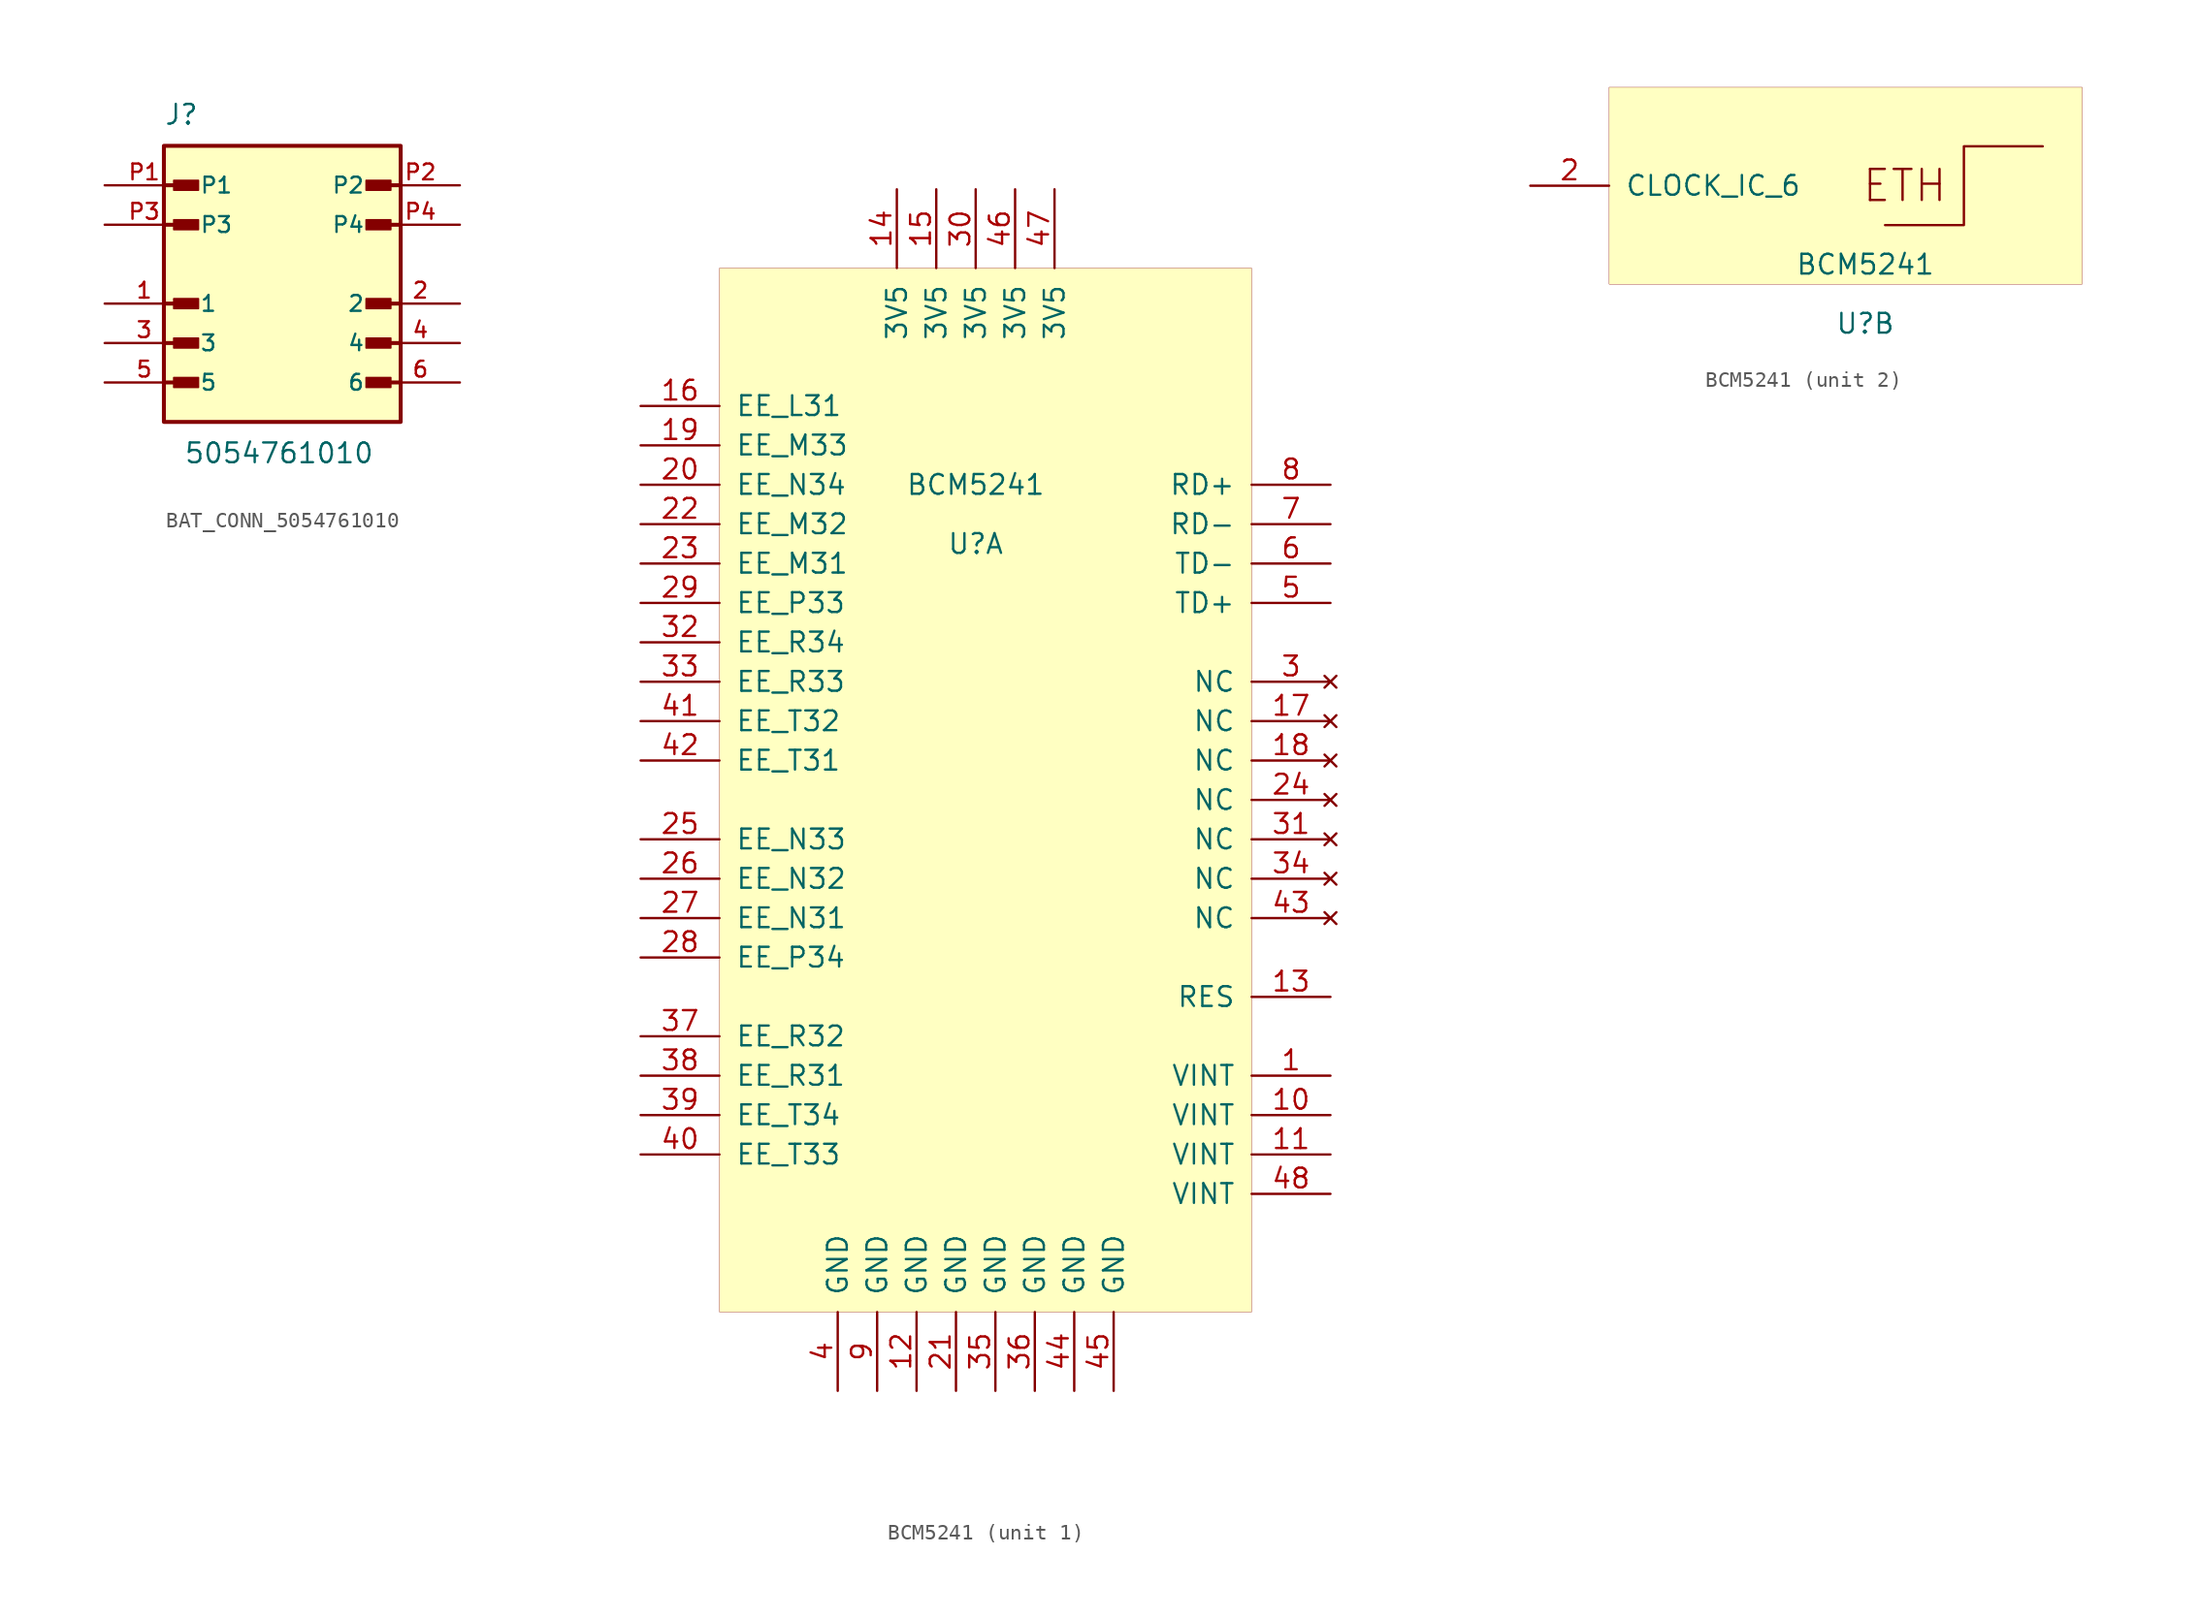
<source format=kicad_sym>
(kicad_symbol_lib
  (version 20220914)
  (generator kicad_symbol_editor)
  (symbol "BAT_CONN_5054761010"
    (pin_names
      (offset 1.016))
    (property "Reference" "J"
      (at -7.62 8.89 0)
      (effects (font (size 1.27 1.27)) (justify left bottom)))
    (property "Value" "5054761010"
      (at -6.35 -11.43 0)
      (effects (font (size 1.27 1.27)) (justify left top)))
    (symbol "BAT_CONN_5054761010_0_0"
      (rectangle (start -7.62 -10.16) (end 7.62 7.62) (stroke (width 0.254) (type default)) (fill (type background)))
      (rectangle (start -6.985 -7.938) (end -5.397 -7.303) (stroke (width 0.1) (type default)) (fill (type outline)))
      (rectangle (start -6.985 -5.397) (end -5.397 -4.763) (stroke (width 0.1) (type default)) (fill (type outline)))
      (rectangle (start -6.985 -2.857) (end -5.397 -2.223) (stroke (width 0.1) (type default)) (fill (type outline)))
      (rectangle (start -6.985 2.223) (end -5.397 2.857) (stroke (width 0.1) (type default)) (fill (type outline)))
      (rectangle (start -6.985 4.763) (end -5.397 5.397) (stroke (width 0.1) (type default)) (fill (type outline)))
      (polyline (pts (xy -7.62 -7.62) (xy -5.715 -7.62)) (stroke (width 0.254) (type default)) (fill (type none)))
      (polyline (pts (xy -7.62 -5.08) (xy -5.715 -5.08)) (stroke (width 0.254) (type default)) (fill (type none)))
      (polyline (pts (xy -7.62 -2.54) (xy -5.715 -2.54)) (stroke (width 0.254) (type default)) (fill (type none)))
      (polyline (pts (xy -7.62 2.54) (xy -5.715 2.54)) (stroke (width 0.254) (type default)) (fill (type none)))
      (polyline (pts (xy -7.62 5.08) (xy -5.715 5.08)) (stroke (width 0.254) (type default)) (fill (type none)))
      (polyline (pts (xy 7.62 -7.62) (xy 5.715 -7.62)) (stroke (width 0.254) (type default)) (fill (type none)))
      (polyline (pts (xy 7.62 -5.08) (xy 5.715 -5.08)) (stroke (width 0.254) (type default)) (fill (type none)))
      (polyline (pts (xy 7.62 -2.54) (xy 5.715 -2.54)) (stroke (width 0.254) (type default)) (fill (type none)))
      (polyline (pts (xy 7.62 2.54) (xy 5.715 2.54)) (stroke (width 0.254) (type default)) (fill (type none)))
      (polyline (pts (xy 7.62 5.08) (xy 5.715 5.08)) (stroke (width 0.254) (type default)) (fill (type none)))
      (rectangle (start 5.397 -7.938) (end 6.985 -7.303) (stroke (width 0.1) (type default)) (fill (type outline)))
      (rectangle (start 5.397 -5.397) (end 6.985 -4.763) (stroke (width 0.1) (type default)) (fill (type outline)))
      (rectangle (start 5.397 -2.857) (end 6.985 -2.223) (stroke (width 0.1) (type default)) (fill (type outline)))
      (rectangle (start 5.397 2.223) (end 6.985 2.857) (stroke (width 0.1) (type default)) (fill (type outline)))
      (rectangle (start 5.397 4.763) (end 6.985 5.397) (stroke (width 0.1) (type default)) (fill (type outline)))
      (pin passive line (at -11.43 -2.54 0) (length 5.08) (name "1" (effects (font (size 1.016 1.016)))) (number "1" (effects (font (size 1.016 1.016)))))
      (pin passive line (at 11.43 -2.54 180) (length 5.08) (name "2" (effects (font (size 1.016 1.016)))) (number "2" (effects (font (size 1.016 1.016)))))
      (pin passive line (at -11.43 -5.08 0) (length 5.08) (name "3" (effects (font (size 1.016 1.016)))) (number "3" (effects (font (size 1.016 1.016)))))
      (pin passive line (at 11.43 -5.08 180) (length 5.08) (name "4" (effects (font (size 1.016 1.016)))) (number "4" (effects (font (size 1.016 1.016)))))
      (pin passive line (at -11.43 -7.62 0) (length 5.08) (name "5" (effects (font (size 1.016 1.016)))) (number "5" (effects (font (size 1.016 1.016)))))
      (pin passive line (at 11.43 -7.62 180) (length 5.08) (name "6" (effects (font (size 1.016 1.016)))) (number "6" (effects (font (size 1.016 1.016)))))
      (pin power_in line (at -11.43 5.08 0) (length 5.08) (name "P1" (effects (font (size 1.016 1.016)))) (number "P1" (effects (font (size 1.016 1.016)))))
      (pin power_in line (at 11.43 5.08 180) (length 5.08) (name "P2" (effects (font (size 1.016 1.016)))) (number "P2" (effects (font (size 1.016 1.016)))))
      (pin power_in line (at -11.43 2.54 0) (length 5.08) (name "P3" (effects (font (size 1.016 1.016)))) (number "P3" (effects (font (size 1.016 1.016)))))
      (pin power_in line (at 11.43 2.54 180) (length 5.08) (name "P4" (effects (font (size 1.016 1.016)))) (number "P4" (effects (font (size 1.016 1.016)))))))
  (symbol "BCM5241"
    (pin_names
      (offset 1.016))
    (property "Reference" "U"
      (at 21.59 -15.24 0)
      (effects (font (size 1.27 1.27))))
    (property "Value" "BCM5241"
      (at 21.59 -11.43 0)
      (effects (font (size 1.27 1.27))))
    (symbol "BCM5241_1_0"
      (pin passive line (at 44.45 -49.53 180) (length 5.08) (name "VINT" (effects (font (size 1.27 1.27)))) (number "1" (effects (font (size 1.27 1.27)))))
      (pin passive line (at 44.45 -52.07 180) (length 5.08) (name "VINT" (effects (font (size 1.27 1.27)))) (number "10" (effects (font (size 1.27 1.27)))))
      (pin passive line (at 44.45 -54.61 180) (length 5.08) (name "VINT" (effects (font (size 1.27 1.27)))) (number "11" (effects (font (size 1.27 1.27)))))
      (pin passive line (at 17.78 -69.85 90) (length 5.08) (name "GND" (effects (font (size 1.27 1.27)))) (number "12" (effects (font (size 1.27 1.27)))))
      (pin passive line (at 44.45 -44.45 180) (length 5.08) (name "RES" (effects (font (size 1.27 1.27)))) (number "13" (effects (font (size 1.27 1.27)))))
      (pin passive line (at 16.51 7.62 270) (length 5.08) (name "3V5" (effects (font (size 1.27 1.27)))) (number "14" (effects (font (size 1.27 1.27)))))
      (pin passive line (at 19.05 7.62 270) (length 5.08) (name "3V5" (effects (font (size 1.27 1.27)))) (number "15" (effects (font (size 1.27 1.27)))))
      (pin passive line (at 0 -6.35 0) (length 5.08) (name "EE_L31" (effects (font (size 1.27 1.27)))) (number "16" (effects (font (size 1.27 1.27)))))
      (pin no_connect line (at 44.45 -26.67 180) (length 5.08) (name "NC" (effects (font (size 1.27 1.27)))) (number "17" (effects (font (size 1.27 1.27)))))
      (pin no_connect line (at 44.45 -29.21 180) (length 5.08) (name "NC" (effects (font (size 1.27 1.27)))) (number "18" (effects (font (size 1.27 1.27)))))
      (pin passive line (at 0 -8.89 0) (length 5.08) (name "EE_M33" (effects (font (size 1.27 1.27)))) (number "19" (effects (font (size 1.27 1.27)))))
      (pin passive line (at 0 -11.43 0) (length 5.08) (name "EE_N34" (effects (font (size 1.27 1.27)))) (number "20" (effects (font (size 1.27 1.27)))))
      (pin passive line (at 20.32 -69.85 90) (length 5.08) (name "GND" (effects (font (size 1.27 1.27)))) (number "21" (effects (font (size 1.27 1.27)))))
      (pin passive line (at 0 -13.97 0) (length 5.08) (name "EE_M32" (effects (font (size 1.27 1.27)))) (number "22" (effects (font (size 1.27 1.27)))))
      (pin passive line (at 0 -16.51 0) (length 5.08) (name "EE_M31" (effects (font (size 1.27 1.27)))) (number "23" (effects (font (size 1.27 1.27)))))
      (pin no_connect line (at 44.45 -31.75 180) (length 5.08) (name "NC" (effects (font (size 1.27 1.27)))) (number "24" (effects (font (size 1.27 1.27)))))
      (pin passive line (at 0 -34.29 0) (length 5.08) (name "EE_N33" (effects (font (size 1.27 1.27)))) (number "25" (effects (font (size 1.27 1.27)))))
      (pin passive line (at 0 -36.83 0) (length 5.08) (name "EE_N32" (effects (font (size 1.27 1.27)))) (number "26" (effects (font (size 1.27 1.27)))))
      (pin passive line (at 0 -39.37 0) (length 5.08) (name "EE_N31" (effects (font (size 1.27 1.27)))) (number "27" (effects (font (size 1.27 1.27)))))
      (pin passive line (at 0 -41.91 0) (length 5.08) (name "EE_P34" (effects (font (size 1.27 1.27)))) (number "28" (effects (font (size 1.27 1.27)))))
      (pin passive line (at 0 -19.05 0) (length 5.08) (name "EE_P33" (effects (font (size 1.27 1.27)))) (number "29" (effects (font (size 1.27 1.27)))))
      (pin no_connect line (at 44.45 -24.13 180) (length 5.08) (name "NC" (effects (font (size 1.27 1.27)))) (number "3" (effects (font (size 1.27 1.27)))))
      (pin passive line (at 21.59 7.62 270) (length 5.08) (name "3V5" (effects (font (size 1.27 1.27)))) (number "30" (effects (font (size 1.27 1.27)))))
      (pin no_connect line (at 44.45 -34.29 180) (length 5.08) (name "NC" (effects (font (size 1.27 1.27)))) (number "31" (effects (font (size 1.27 1.27)))))
      (pin passive line (at 0 -21.59 0) (length 5.08) (name "EE_R34" (effects (font (size 1.27 1.27)))) (number "32" (effects (font (size 1.27 1.27)))))
      (pin passive line (at 0 -24.13 0) (length 5.08) (name "EE_R33" (effects (font (size 1.27 1.27)))) (number "33" (effects (font (size 1.27 1.27)))))
      (pin no_connect line (at 44.45 -36.83 180) (length 5.08) (name "NC" (effects (font (size 1.27 1.27)))) (number "34" (effects (font (size 1.27 1.27)))))
      (pin passive line (at 22.86 -69.85 90) (length 5.08) (name "GND" (effects (font (size 1.27 1.27)))) (number "35" (effects (font (size 1.27 1.27)))))
      (pin passive line (at 25.4 -69.85 90) (length 5.08) (name "GND" (effects (font (size 1.27 1.27)))) (number "36" (effects (font (size 1.27 1.27)))))
      (pin passive line (at 0 -46.99 0) (length 5.08) (name "EE_R32" (effects (font (size 1.27 1.27)))) (number "37" (effects (font (size 1.27 1.27)))))
      (pin passive line (at 0 -49.53 0) (length 5.08) (name "EE_R31" (effects (font (size 1.27 1.27)))) (number "38" (effects (font (size 1.27 1.27)))))
      (pin passive line (at 0 -52.07 0) (length 5.08) (name "EE_T34" (effects (font (size 1.27 1.27)))) (number "39" (effects (font (size 1.27 1.27)))))
      (pin passive line (at 12.7 -69.85 90) (length 5.08) (name "GND" (effects (font (size 1.27 1.27)))) (number "4" (effects (font (size 1.27 1.27)))))
      (pin passive line (at 0 -54.61 0) (length 5.08) (name "EE_T33" (effects (font (size 1.27 1.27)))) (number "40" (effects (font (size 1.27 1.27)))))
      (pin passive line (at 0 -26.67 0) (length 5.08) (name "EE_T32" (effects (font (size 1.27 1.27)))) (number "41" (effects (font (size 1.27 1.27)))))
      (pin passive line (at 0 -29.21 0) (length 5.08) (name "EE_T31" (effects (font (size 1.27 1.27)))) (number "42" (effects (font (size 1.27 1.27)))))
      (pin no_connect line (at 44.45 -39.37 180) (length 5.08) (name "NC" (effects (font (size 1.27 1.27)))) (number "43" (effects (font (size 1.27 1.27)))))
      (pin passive line (at 27.94 -69.85 90) (length 5.08) (name "GND" (effects (font (size 1.27 1.27)))) (number "44" (effects (font (size 1.27 1.27)))))
      (pin passive line (at 30.48 -69.85 90) (length 5.08) (name "GND" (effects (font (size 1.27 1.27)))) (number "45" (effects (font (size 1.27 1.27)))))
      (pin passive line (at 24.13 7.62 270) (length 5.08) (name "3V5" (effects (font (size 1.27 1.27)))) (number "46" (effects (font (size 1.27 1.27)))))
      (pin passive line (at 26.67 7.62 270) (length 5.08) (name "3V5" (effects (font (size 1.27 1.27)))) (number "47" (effects (font (size 1.27 1.27)))))
      (pin passive line (at 44.45 -57.15 180) (length 5.08) (name "VINT" (effects (font (size 1.27 1.27)))) (number "48" (effects (font (size 1.27 1.27)))))
      (pin passive line (at 44.45 -19.05 180) (length 5.08) (name "TD+" (effects (font (size 1.27 1.27)))) (number "5" (effects (font (size 1.27 1.27)))))
      (pin passive line (at 44.45 -16.51 180) (length 5.08) (name "TD-" (effects (font (size 1.27 1.27)))) (number "6" (effects (font (size 1.27 1.27)))))
      (pin passive line (at 44.45 -13.97 180) (length 5.08) (name "RD-" (effects (font (size 1.27 1.27)))) (number "7" (effects (font (size 1.27 1.27)))))
      (pin passive line (at 44.45 -11.43 180) (length 5.08) (name "RD+" (effects (font (size 1.27 1.27)))) (number "8" (effects (font (size 1.27 1.27)))))
      (pin passive line (at 15.24 -69.85 90) (length 5.08) (name "GND" (effects (font (size 1.27 1.27)))) (number "9" (effects (font (size 1.27 1.27))))))
    (symbol "BCM5241_1_1"
      (rectangle (start 5.08 2.54) (end 39.37 -64.77) (stroke (width 0.001) (type default)) (fill (type background))))
    (symbol "BCM5241_2_0"
      (text "ETH" (at 24.13 -6.35 0) (effects (font (size 2 2))))
      (pin passive line (at 0 -6.35 0) (length 5.08) (name "CLOCK_IC_6" (effects (font (size 1.27 1.27)))) (number "2" (effects (font (size 1.27 1.27))))))
    (symbol "BCM5241_2_1"
      (polyline (pts (xy 22.86 -8.89) (xy 27.94 -8.89) (xy 27.94 -3.81) (xy 33.02 -3.81)) (stroke (width 0) (type default)) (fill (type none)))
      (rectangle (start 5.08 0) (end 35.56 -12.7) (stroke (width 0.001) (type default)) (fill (type background))))))
</source>
